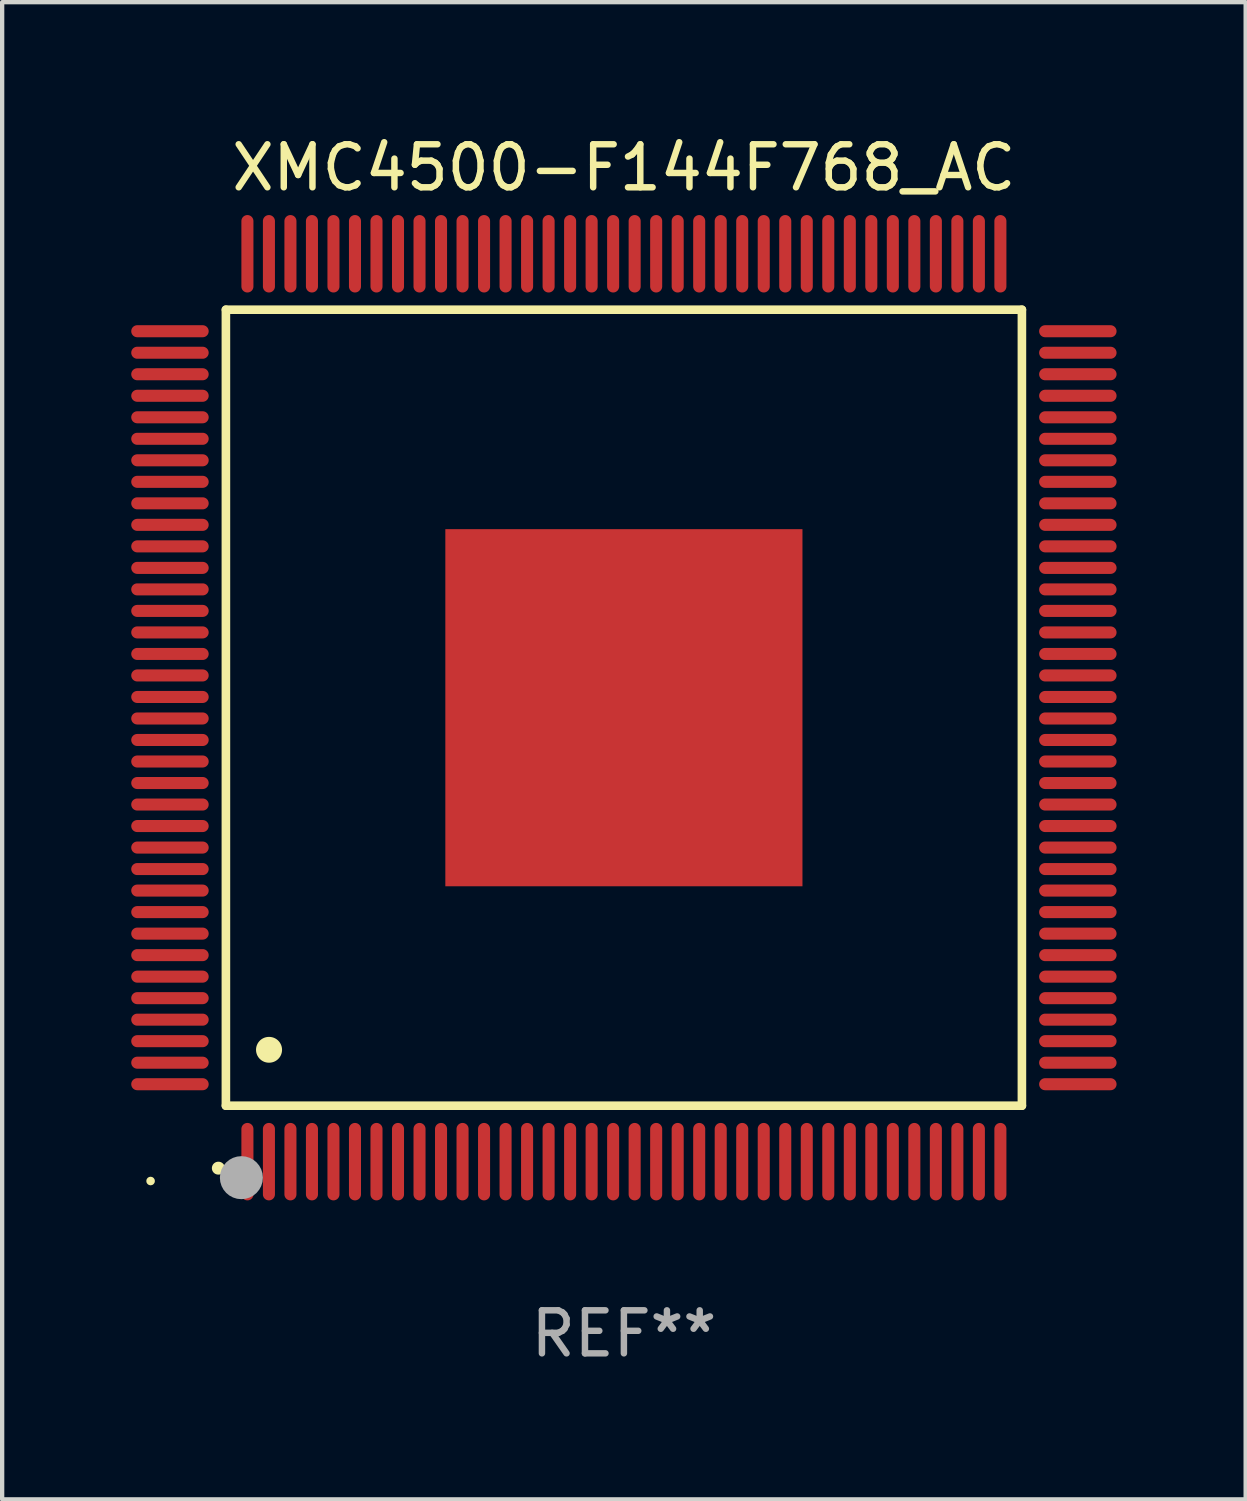
<source format=kicad_pcb>
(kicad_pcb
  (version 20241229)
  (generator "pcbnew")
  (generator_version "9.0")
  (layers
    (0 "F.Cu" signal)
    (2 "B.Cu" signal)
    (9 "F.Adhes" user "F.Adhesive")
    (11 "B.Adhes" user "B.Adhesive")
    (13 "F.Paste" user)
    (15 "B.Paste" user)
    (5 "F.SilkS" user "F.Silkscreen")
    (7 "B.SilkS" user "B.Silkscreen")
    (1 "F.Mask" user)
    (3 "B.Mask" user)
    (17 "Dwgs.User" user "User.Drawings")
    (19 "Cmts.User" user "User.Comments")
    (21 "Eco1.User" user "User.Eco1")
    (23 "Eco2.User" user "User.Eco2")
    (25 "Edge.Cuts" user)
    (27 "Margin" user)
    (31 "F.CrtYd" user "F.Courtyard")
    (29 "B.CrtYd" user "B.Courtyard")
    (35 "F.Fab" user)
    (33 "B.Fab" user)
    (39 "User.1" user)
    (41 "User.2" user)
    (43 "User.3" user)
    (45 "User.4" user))
  (footprint "XMC4500-F144F768_AC"
    (layer "F.Cu")
    (at 11.45 13.398)
    (property "Reference" "XMC4500-F144F768_AC" (at 0 -12.55 0) (layer "F.SilkS") (effects (font (size 1 1) (thickness 0.15))))
    (attr through_hole)
    (fp_line (start -9.25 -9.25) (end 9.25 -9.25) (stroke (width 0.2) (type solid)) (layer "F.SilkS"))
    (fp_line (start -9.25 9.25) (end -9.25 -9.25) (stroke (width 0.2) (type solid)) (layer "F.SilkS"))
    (fp_line (start 9.25 -9.25) (end 9.25 9.25) (stroke (width 0.2) (type solid)) (layer "F.SilkS"))
    (fp_line (start 9.25 9.25) (end -9.25 9.25) (stroke (width 0.2) (type solid)) (layer "F.SilkS"))
    (fp_arc (start -9.425959 10.701041) (mid -9.424689 10.701036) (end -9.423419 10.701041) (stroke (width 0.3) (type solid)) (layer "F.SilkS"))
    (fp_arc (start -8.249936 7.950216) (mid -8.247396 7.950205) (end -8.244856 7.950216) (stroke (width 0.6) (type solid)) (layer "F.SilkS"))
    (fp_circle (center -11 11) (end -10.95 11) (stroke (width 0.1) (type solid)) (fill no) (layer "F.SilkS"))
    (fp_circle (center -8.89 10.922) (end -8.64 10.922) (stroke (width 0.5) (type solid)) (fill no) (layer "F.Fab"))
    (fp_text user "REF**" (at 0 14.55 0) (layer "F.Fab") (effects (font (size 1 1) (thickness 0.15))))
    (pad "1" smd oval (at -8.75 10.55) (size 0.28 1.8) (layers "F.Cu" "F.Mask" "F.Paste"))
    (pad "2" smd oval (at -8.25 10.55) (size 0.28 1.8) (layers "F.Cu" "F.Mask" "F.Paste"))
    (pad "3" smd oval (at -7.75 10.55) (size 0.28 1.8) (layers "F.Cu" "F.Mask" "F.Paste"))
    (pad "4" smd oval (at -7.25 10.55) (size 0.28 1.8) (layers "F.Cu" "F.Mask" "F.Paste"))
    (pad "5" smd oval (at -6.75 10.55) (size 0.28 1.8) (layers "F.Cu" "F.Mask" "F.Paste"))
    (pad "6" smd oval (at -6.25 10.55) (size 0.28 1.8) (layers "F.Cu" "F.Mask" "F.Paste"))
    (pad "7" smd oval (at -5.75 10.55) (size 0.28 1.8) (layers "F.Cu" "F.Mask" "F.Paste"))
    (pad "8" smd oval (at -5.25 10.55) (size 0.28 1.8) (layers "F.Cu" "F.Mask" "F.Paste"))
    (pad "9" smd oval (at -4.75 10.55) (size 0.28 1.8) (layers "F.Cu" "F.Mask" "F.Paste"))
    (pad "10" smd oval (at -4.25 10.55) (size 0.28 1.8) (layers "F.Cu" "F.Mask" "F.Paste"))
    (pad "11" smd oval (at -3.75 10.55) (size 0.28 1.8) (layers "F.Cu" "F.Mask" "F.Paste"))
    (pad "12" smd oval (at -3.25 10.55) (size 0.28 1.8) (layers "F.Cu" "F.Mask" "F.Paste"))
    (pad "13" smd oval (at -2.75 10.55) (size 0.28 1.8) (layers "F.Cu" "F.Mask" "F.Paste"))
    (pad "14" smd oval (at -2.25 10.55) (size 0.28 1.8) (layers "F.Cu" "F.Mask" "F.Paste"))
    (pad "15" smd oval (at -1.75 10.55) (size 0.28 1.8) (layers "F.Cu" "F.Mask" "F.Paste"))
    (pad "16" smd oval (at -1.25 10.55) (size 0.28 1.8) (layers "F.Cu" "F.Mask" "F.Paste"))
    (pad "17" smd oval (at -0.75 10.55) (size 0.28 1.8) (layers "F.Cu" "F.Mask" "F.Paste"))
    (pad "18" smd oval (at -0.25 10.55) (size 0.28 1.8) (layers "F.Cu" "F.Mask" "F.Paste"))
    (pad "19" smd oval (at 0.25 10.55) (size 0.28 1.8) (layers "F.Cu" "F.Mask" "F.Paste"))
    (pad "20" smd oval (at 0.75 10.55) (size 0.28 1.8) (layers "F.Cu" "F.Mask" "F.Paste"))
    (pad "21" smd oval (at 1.25 10.55) (size 0.28 1.8) (layers "F.Cu" "F.Mask" "F.Paste"))
    (pad "22" smd oval (at 1.75 10.55) (size 0.28 1.8) (layers "F.Cu" "F.Mask" "F.Paste"))
    (pad "23" smd oval (at 2.25 10.55) (size 0.28 1.8) (layers "F.Cu" "F.Mask" "F.Paste"))
    (pad "24" smd oval (at 2.75 10.55) (size 0.28 1.8) (layers "F.Cu" "F.Mask" "F.Paste"))
    (pad "25" smd oval (at 3.25 10.55) (size 0.28 1.8) (layers "F.Cu" "F.Mask" "F.Paste"))
    (pad "26" smd oval (at 3.75 10.55) (size 0.28 1.8) (layers "F.Cu" "F.Mask" "F.Paste"))
    (pad "27" smd oval (at 4.25 10.55) (size 0.28 1.8) (layers "F.Cu" "F.Mask" "F.Paste"))
    (pad "28" smd oval (at 4.75 10.55) (size 0.28 1.8) (layers "F.Cu" "F.Mask" "F.Paste"))
    (pad "29" smd oval (at 5.25 10.55) (size 0.28 1.8) (layers "F.Cu" "F.Mask" "F.Paste"))
    (pad "30" smd oval (at 5.75 10.55) (size 0.28 1.8) (layers "F.Cu" "F.Mask" "F.Paste"))
    (pad "31" smd oval (at 6.25 10.55) (size 0.28 1.8) (layers "F.Cu" "F.Mask" "F.Paste"))
    (pad "32" smd oval (at 6.75 10.55) (size 0.28 1.8) (layers "F.Cu" "F.Mask" "F.Paste"))
    (pad "33" smd oval (at 7.25 10.55) (size 0.28 1.8) (layers "F.Cu" "F.Mask" "F.Paste"))
    (pad "34" smd oval (at 7.75 10.55) (size 0.28 1.8) (layers "F.Cu" "F.Mask" "F.Paste"))
    (pad "35" smd oval (at 8.25 10.55) (size 0.28 1.8) (layers "F.Cu" "F.Mask" "F.Paste"))
    (pad "36" smd oval (at 8.75 10.55) (size 0.28 1.8) (layers "F.Cu" "F.Mask" "F.Paste"))
    (pad "37" smd oval (at 10.55 8.75) (size 1.8 0.28) (layers "F.Cu" "F.Mask" "F.Paste"))
    (pad "38" smd oval (at 10.55 8.25) (size 1.8 0.28) (layers "F.Cu" "F.Mask" "F.Paste"))
    (pad "39" smd oval (at 10.55 7.75) (size 1.8 0.28) (layers "F.Cu" "F.Mask" "F.Paste"))
    (pad "40" smd oval (at 10.55 7.25) (size 1.8 0.28) (layers "F.Cu" "F.Mask" "F.Paste"))
    (pad "41" smd oval (at 10.55 6.75) (size 1.8 0.28) (layers "F.Cu" "F.Mask" "F.Paste"))
    (pad "42" smd oval (at 10.55 6.25) (size 1.8 0.28) (layers "F.Cu" "F.Mask" "F.Paste"))
    (pad "43" smd oval (at 10.55 5.75) (size 1.8 0.28) (layers "F.Cu" "F.Mask" "F.Paste"))
    (pad "44" smd oval (at 10.55 5.25) (size 1.8 0.28) (layers "F.Cu" "F.Mask" "F.Paste"))
    (pad "45" smd oval (at 10.55 4.75) (size 1.8 0.28) (layers "F.Cu" "F.Mask" "F.Paste"))
    (pad "46" smd oval (at 10.55 4.25) (size 1.8 0.28) (layers "F.Cu" "F.Mask" "F.Paste"))
    (pad "47" smd oval (at 10.55 3.75) (size 1.8 0.28) (layers "F.Cu" "F.Mask" "F.Paste"))
    (pad "48" smd oval (at 10.55 3.25) (size 1.8 0.28) (layers "F.Cu" "F.Mask" "F.Paste"))
    (pad "49" smd oval (at 10.55 2.75) (size 1.8 0.28) (layers "F.Cu" "F.Mask" "F.Paste"))
    (pad "50" smd oval (at 10.55 2.25) (size 1.8 0.28) (layers "F.Cu" "F.Mask" "F.Paste"))
    (pad "51" smd oval (at 10.55 1.75) (size 1.8 0.28) (layers "F.Cu" "F.Mask" "F.Paste"))
    (pad "52" smd oval (at 10.55 1.25) (size 1.8 0.28) (layers "F.Cu" "F.Mask" "F.Paste"))
    (pad "53" smd oval (at 10.55 0.75) (size 1.8 0.28) (layers "F.Cu" "F.Mask" "F.Paste"))
    (pad "54" smd oval (at 10.55 0.25) (size 1.8 0.28) (layers "F.Cu" "F.Mask" "F.Paste"))
    (pad "55" smd oval (at 10.55 -0.25) (size 1.8 0.28) (layers "F.Cu" "F.Mask" "F.Paste"))
    (pad "56" smd oval (at 10.55 -0.75) (size 1.8 0.28) (layers "F.Cu" "F.Mask" "F.Paste"))
    (pad "57" smd oval (at 10.55 -1.25) (size 1.8 0.28) (layers "F.Cu" "F.Mask" "F.Paste"))
    (pad "58" smd oval (at 10.55 -1.75) (size 1.8 0.28) (layers "F.Cu" "F.Mask" "F.Paste"))
    (pad "59" smd oval (at 10.55 -2.25) (size 1.8 0.28) (layers "F.Cu" "F.Mask" "F.Paste"))
    (pad "60" smd oval (at 10.55 -2.75) (size 1.8 0.28) (layers "F.Cu" "F.Mask" "F.Paste"))
    (pad "61" smd oval (at 10.55 -3.25) (size 1.8 0.28) (layers "F.Cu" "F.Mask" "F.Paste"))
    (pad "62" smd oval (at 10.55 -3.75) (size 1.8 0.28) (layers "F.Cu" "F.Mask" "F.Paste"))
    (pad "63" smd oval (at 10.55 -4.25) (size 1.8 0.28) (layers "F.Cu" "F.Mask" "F.Paste"))
    (pad "64" smd oval (at 10.55 -4.75) (size 1.8 0.28) (layers "F.Cu" "F.Mask" "F.Paste"))
    (pad "65" smd oval (at 10.55 -5.25) (size 1.8 0.28) (layers "F.Cu" "F.Mask" "F.Paste"))
    (pad "66" smd oval (at 10.55 -5.75) (size 1.8 0.28) (layers "F.Cu" "F.Mask" "F.Paste"))
    (pad "67" smd oval (at 10.55 -6.25) (size 1.8 0.28) (layers "F.Cu" "F.Mask" "F.Paste"))
    (pad "68" smd oval (at 10.55 -6.75) (size 1.8 0.28) (layers "F.Cu" "F.Mask" "F.Paste"))
    (pad "69" smd oval (at 10.55 -7.25) (size 1.8 0.28) (layers "F.Cu" "F.Mask" "F.Paste"))
    (pad "70" smd oval (at 10.55 -7.75) (size 1.8 0.28) (layers "F.Cu" "F.Mask" "F.Paste"))
    (pad "71" smd oval (at 10.55 -8.25) (size 1.8 0.28) (layers "F.Cu" "F.Mask" "F.Paste"))
    (pad "72" smd oval (at 10.55 -8.75) (size 1.8 0.28) (layers "F.Cu" "F.Mask" "F.Paste"))
    (pad "73" smd oval (at 8.75 -10.55) (size 0.28 1.8) (layers "F.Cu" "F.Mask" "F.Paste"))
    (pad "74" smd oval (at 8.25 -10.55) (size 0.28 1.8) (layers "F.Cu" "F.Mask" "F.Paste"))
    (pad "75" smd oval (at 7.75 -10.55) (size 0.28 1.8) (layers "F.Cu" "F.Mask" "F.Paste"))
    (pad "76" smd oval (at 7.25 -10.55) (size 0.28 1.8) (layers "F.Cu" "F.Mask" "F.Paste"))
    (pad "77" smd oval (at 6.75 -10.55) (size 0.28 1.8) (layers "F.Cu" "F.Mask" "F.Paste"))
    (pad "78" smd oval (at 6.25 -10.55) (size 0.28 1.8) (layers "F.Cu" "F.Mask" "F.Paste"))
    (pad "79" smd oval (at 5.75 -10.55) (size 0.28 1.8) (layers "F.Cu" "F.Mask" "F.Paste"))
    (pad "80" smd oval (at 5.25 -10.55) (size 0.28 1.8) (layers "F.Cu" "F.Mask" "F.Paste"))
    (pad "81" smd oval (at 4.75 -10.55) (size 0.28 1.8) (layers "F.Cu" "F.Mask" "F.Paste"))
    (pad "82" smd oval (at 4.25 -10.55) (size 0.28 1.8) (layers "F.Cu" "F.Mask" "F.Paste"))
    (pad "83" smd oval (at 3.75 -10.55) (size 0.28 1.8) (layers "F.Cu" "F.Mask" "F.Paste"))
    (pad "84" smd oval (at 3.25 -10.55) (size 0.28 1.8) (layers "F.Cu" "F.Mask" "F.Paste"))
    (pad "85" smd oval (at 2.75 -10.55) (size 0.28 1.8) (layers "F.Cu" "F.Mask" "F.Paste"))
    (pad "86" smd oval (at 2.25 -10.55) (size 0.28 1.8) (layers "F.Cu" "F.Mask" "F.Paste"))
    (pad "87" smd oval (at 1.75 -10.55) (size 0.28 1.8) (layers "F.Cu" "F.Mask" "F.Paste"))
    (pad "88" smd oval (at 1.25 -10.55) (size 0.28 1.8) (layers "F.Cu" "F.Mask" "F.Paste"))
    (pad "89" smd oval (at 0.75 -10.55) (size 0.28 1.8) (layers "F.Cu" "F.Mask" "F.Paste"))
    (pad "90" smd oval (at 0.25 -10.55) (size 0.28 1.8) (layers "F.Cu" "F.Mask" "F.Paste"))
    (pad "91" smd oval (at -0.25 -10.55) (size 0.28 1.8) (layers "F.Cu" "F.Mask" "F.Paste"))
    (pad "92" smd oval (at -0.75 -10.55) (size 0.28 1.8) (layers "F.Cu" "F.Mask" "F.Paste"))
    (pad "93" smd oval (at -1.25 -10.55) (size 0.28 1.8) (layers "F.Cu" "F.Mask" "F.Paste"))
    (pad "94" smd oval (at -1.75 -10.55) (size 0.28 1.8) (layers "F.Cu" "F.Mask" "F.Paste"))
    (pad "95" smd oval (at -2.25 -10.55) (size 0.28 1.8) (layers "F.Cu" "F.Mask" "F.Paste"))
    (pad "96" smd oval (at -2.75 -10.55) (size 0.28 1.8) (layers "F.Cu" "F.Mask" "F.Paste"))
    (pad "97" smd oval (at -3.25 -10.55) (size 0.28 1.8) (layers "F.Cu" "F.Mask" "F.Paste"))
    (pad "98" smd oval (at -3.75 -10.55) (size 0.28 1.8) (layers "F.Cu" "F.Mask" "F.Paste"))
    (pad "99" smd oval (at -4.25 -10.55) (size 0.28 1.8) (layers "F.Cu" "F.Mask" "F.Paste"))
    (pad "100" smd oval (at -4.75 -10.55) (size 0.28 1.8) (layers "F.Cu" "F.Mask" "F.Paste"))
    (pad "101" smd oval (at -5.25 -10.55) (size 0.28 1.8) (layers "F.Cu" "F.Mask" "F.Paste"))
    (pad "102" smd oval (at -5.75 -10.55) (size 0.28 1.8) (layers "F.Cu" "F.Mask" "F.Paste"))
    (pad "103" smd oval (at -6.25 -10.55) (size 0.28 1.8) (layers "F.Cu" "F.Mask" "F.Paste"))
    (pad "104" smd oval (at -6.75 -10.55) (size 0.28 1.8) (layers "F.Cu" "F.Mask" "F.Paste"))
    (pad "105" smd oval (at -7.25 -10.55) (size 0.28 1.8) (layers "F.Cu" "F.Mask" "F.Paste"))
    (pad "106" smd oval (at -7.75 -10.55) (size 0.28 1.8) (layers "F.Cu" "F.Mask" "F.Paste"))
    (pad "107" smd oval (at -8.25 -10.55) (size 0.28 1.8) (layers "F.Cu" "F.Mask" "F.Paste"))
    (pad "108" smd oval (at -8.75 -10.55) (size 0.28 1.8) (layers "F.Cu" "F.Mask" "F.Paste"))
    (pad "109" smd oval (at -10.55 -8.75) (size 1.8 0.28) (layers "F.Cu" "F.Mask" "F.Paste"))
    (pad "110" smd oval (at -10.55 -8.25) (size 1.8 0.28) (layers "F.Cu" "F.Mask" "F.Paste"))
    (pad "111" smd oval (at -10.55 -7.75) (size 1.8 0.28) (layers "F.Cu" "F.Mask" "F.Paste"))
    (pad "112" smd oval (at -10.55 -7.25) (size 1.8 0.28) (layers "F.Cu" "F.Mask" "F.Paste"))
    (pad "113" smd oval (at -10.55 -6.75) (size 1.8 0.28) (layers "F.Cu" "F.Mask" "F.Paste"))
    (pad "114" smd oval (at -10.55 -6.25) (size 1.8 0.28) (layers "F.Cu" "F.Mask" "F.Paste"))
    (pad "115" smd oval (at -10.55 -5.75) (size 1.8 0.28) (layers "F.Cu" "F.Mask" "F.Paste"))
    (pad "116" smd oval (at -10.55 -5.25) (size 1.8 0.28) (layers "F.Cu" "F.Mask" "F.Paste"))
    (pad "117" smd oval (at -10.55 -4.75) (size 1.8 0.28) (layers "F.Cu" "F.Mask" "F.Paste"))
    (pad "118" smd oval (at -10.55 -4.25) (size 1.8 0.28) (layers "F.Cu" "F.Mask" "F.Paste"))
    (pad "119" smd oval (at -10.55 -3.75) (size 1.8 0.28) (layers "F.Cu" "F.Mask" "F.Paste"))
    (pad "120" smd oval (at -10.55 -3.25) (size 1.8 0.28) (layers "F.Cu" "F.Mask" "F.Paste"))
    (pad "121" smd oval (at -10.55 -2.75) (size 1.8 0.28) (layers "F.Cu" "F.Mask" "F.Paste"))
    (pad "122" smd oval (at -10.55 -2.25) (size 1.8 0.28) (layers "F.Cu" "F.Mask" "F.Paste"))
    (pad "123" smd oval (at -10.55 -1.75) (size 1.8 0.28) (layers "F.Cu" "F.Mask" "F.Paste"))
    (pad "124" smd oval (at -10.55 -1.25) (size 1.8 0.28) (layers "F.Cu" "F.Mask" "F.Paste"))
    (pad "125" smd oval (at -10.55 -0.75) (size 1.8 0.28) (layers "F.Cu" "F.Mask" "F.Paste"))
    (pad "126" smd oval (at -10.55 -0.25) (size 1.8 0.28) (layers "F.Cu" "F.Mask" "F.Paste"))
    (pad "127" smd oval (at -10.55 0.25) (size 1.8 0.28) (layers "F.Cu" "F.Mask" "F.Paste"))
    (pad "128" smd oval (at -10.55 0.75) (size 1.8 0.28) (layers "F.Cu" "F.Mask" "F.Paste"))
    (pad "129" smd oval (at -10.55 1.25) (size 1.8 0.28) (layers "F.Cu" "F.Mask" "F.Paste"))
    (pad "130" smd oval (at -10.55 1.75) (size 1.8 0.28) (layers "F.Cu" "F.Mask" "F.Paste"))
    (pad "131" smd oval (at -10.55 2.25) (size 1.8 0.28) (layers "F.Cu" "F.Mask" "F.Paste"))
    (pad "132" smd oval (at -10.55 2.75) (size 1.8 0.28) (layers "F.Cu" "F.Mask" "F.Paste"))
    (pad "133" smd oval (at -10.55 3.25) (size 1.8 0.28) (layers "F.Cu" "F.Mask" "F.Paste"))
    (pad "134" smd oval (at -10.55 3.75) (size 1.8 0.28) (layers "F.Cu" "F.Mask" "F.Paste"))
    (pad "135" smd oval (at -10.55 4.25) (size 1.8 0.28) (layers "F.Cu" "F.Mask" "F.Paste"))
    (pad "136" smd oval (at -10.55 4.75) (size 1.8 0.28) (layers "F.Cu" "F.Mask" "F.Paste"))
    (pad "137" smd oval (at -10.55 5.25) (size 1.8 0.28) (layers "F.Cu" "F.Mask" "F.Paste"))
    (pad "138" smd oval (at -10.55 5.75) (size 1.8 0.28) (layers "F.Cu" "F.Mask" "F.Paste"))
    (pad "139" smd oval (at -10.55 6.25) (size 1.8 0.28) (layers "F.Cu" "F.Mask" "F.Paste"))
    (pad "140" smd oval (at -10.55 6.75) (size 1.8 0.28) (layers "F.Cu" "F.Mask" "F.Paste"))
    (pad "141" smd oval (at -10.55 7.25) (size 1.8 0.28) (layers "F.Cu" "F.Mask" "F.Paste"))
    (pad "142" smd oval (at -10.55 7.75) (size 1.8 0.28) (layers "F.Cu" "F.Mask" "F.Paste"))
    (pad "143" smd oval (at -10.55 8.25) (size 1.8 0.28) (layers "F.Cu" "F.Mask" "F.Paste"))
    (pad "144" smd oval (at -10.55 8.75) (size 1.8 0.28) (layers "F.Cu" "F.Mask" "F.Paste"))
    (pad "145" smd rect (at 0 0) (size 8.3 8.3) (layers "F.Cu" "F.Mask" "F.Paste")))
  (gr_rect
    (start -3 -3)
    (end 25.9 31.796)
    (stroke (width 0.1) (type default))
    (fill no)
    (layer "Edge.Cuts")))
</source>
